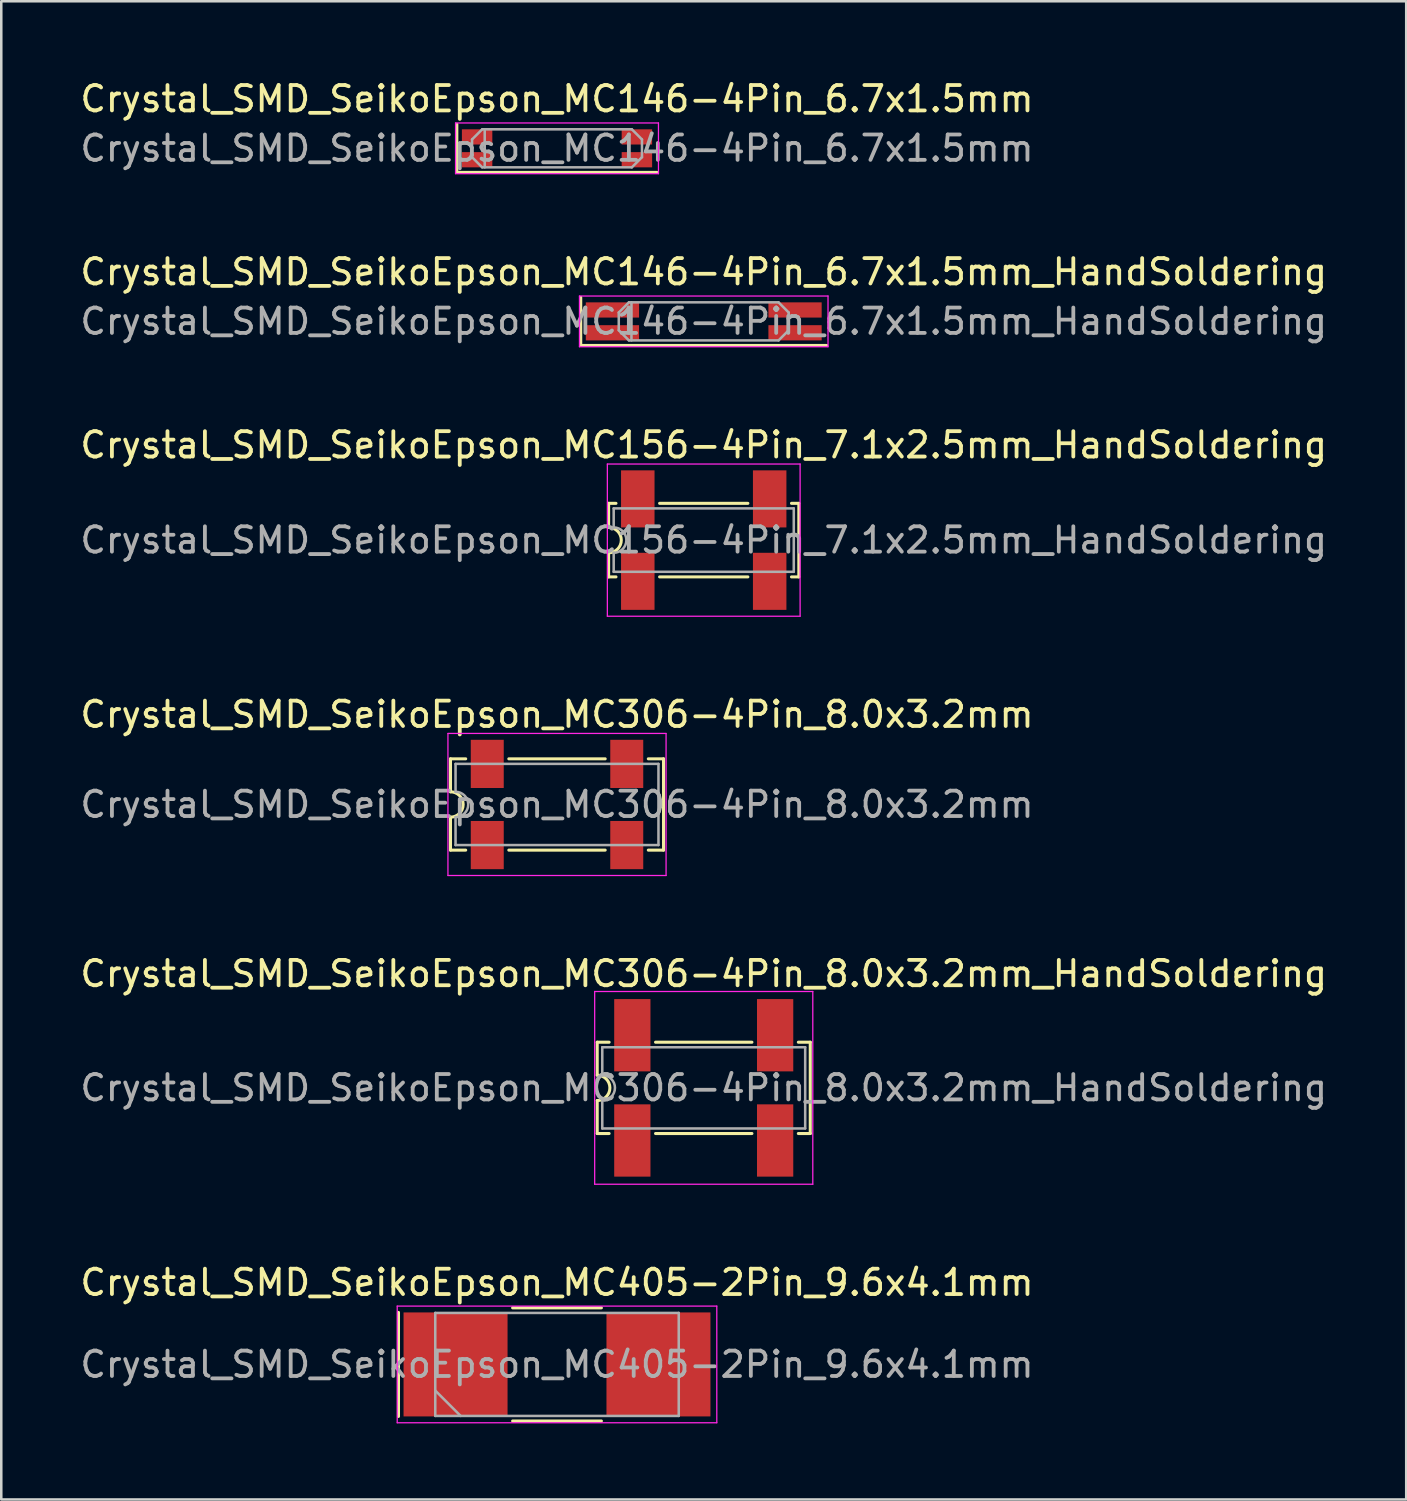
<source format=kicad_pcb>
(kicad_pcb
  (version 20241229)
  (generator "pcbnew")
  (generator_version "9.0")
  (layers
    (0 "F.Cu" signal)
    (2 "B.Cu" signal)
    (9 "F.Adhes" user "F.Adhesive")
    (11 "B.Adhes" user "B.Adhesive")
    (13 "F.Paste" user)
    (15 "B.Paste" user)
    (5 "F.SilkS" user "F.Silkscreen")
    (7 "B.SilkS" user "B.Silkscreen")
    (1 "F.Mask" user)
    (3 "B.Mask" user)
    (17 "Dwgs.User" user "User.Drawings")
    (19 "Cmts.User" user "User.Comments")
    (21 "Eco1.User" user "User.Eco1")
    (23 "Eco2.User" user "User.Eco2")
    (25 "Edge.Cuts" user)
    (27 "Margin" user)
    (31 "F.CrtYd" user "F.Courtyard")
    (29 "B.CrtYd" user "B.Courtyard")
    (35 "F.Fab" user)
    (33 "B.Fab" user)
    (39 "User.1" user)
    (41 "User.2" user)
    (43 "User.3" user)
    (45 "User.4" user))
  (footprint "Crystal_SMD_SeikoEpson_MC156-4Pin_7.1x2.5mm_HandSoldering"
    (layer "F.Cu")
    (at 24.696 18.245)
    (property "Reference" "Crystal_SMD_SeikoEpson_MC156-4Pin_7.1x2.5mm_HandSoldering" (at 0 -3.75 0) (layer "F.SilkS") (effects (font (size 1 1) (thickness 0.15))))
    (attr smd)
    (fp_line (start -3.75 -1.45) (end -3.46 -1.45) (stroke (width 0.12) (type solid)) (layer "F.SilkS"))
    (fp_line (start -3.75 -0.5) (end -3.75 -1.45) (stroke (width 0.12) (type solid)) (layer "F.SilkS"))
    (fp_line (start -3.75 1.45) (end -3.75 0.5) (stroke (width 0.12) (type solid)) (layer "F.SilkS"))
    (fp_line (start -3.75 1.45) (end -3.46 1.45) (stroke (width 0.12) (type solid)) (layer "F.SilkS"))
    (fp_line (start -1.74 -1.45) (end 1.74 -1.45) (stroke (width 0.12) (type solid)) (layer "F.SilkS"))
    (fp_line (start 1.74 1.45) (end -1.74 1.45) (stroke (width 0.12) (type solid)) (layer "F.SilkS"))
    (fp_line (start 3.46 -1.45) (end 3.75 -1.45) (stroke (width 0.12) (type solid)) (layer "F.SilkS"))
    (fp_line (start 3.75 -1.45) (end 3.75 1.45) (stroke (width 0.12) (type solid)) (layer "F.SilkS"))
    (fp_line (start 3.75 1.45) (end 3.46 1.45) (stroke (width 0.12) (type solid)) (layer "F.SilkS"))
    (fp_arc (start -3.75 -0.5) (mid -3.25 0) (end -3.75 0.5) (stroke (width 0.12) (type solid)) (layer "F.SilkS"))
    (fp_line (start -3.8 -3) (end -3.8 3) (stroke (width 0.05) (type solid)) (layer "F.CrtYd"))
    (fp_line (start -3.8 3) (end 3.8 3) (stroke (width 0.05) (type solid)) (layer "F.CrtYd"))
    (fp_line (start 3.8 -3) (end -3.8 -3) (stroke (width 0.05) (type solid)) (layer "F.CrtYd"))
    (fp_line (start 3.8 3) (end 3.8 -3) (stroke (width 0.05) (type solid)) (layer "F.CrtYd"))
    (fp_line (start -3.55 -1.25) (end 3.55 -1.25) (stroke (width 0.1) (type solid)) (layer "F.Fab"))
    (fp_line (start -3.55 -0.5) (end -3.55 -1.25) (stroke (width 0.1) (type solid)) (layer "F.Fab"))
    (fp_line (start -3.55 1.25) (end -3.55 0.5) (stroke (width 0.1) (type solid)) (layer "F.Fab"))
    (fp_line (start 3.55 -1.25) (end 3.55 1.25) (stroke (width 0.1) (type solid)) (layer "F.Fab"))
    (fp_line (start 3.55 1.25) (end -3.55 1.25) (stroke (width 0.1) (type solid)) (layer "F.Fab"))
    (fp_arc (start -3.55 -0.5) (mid -3.05 0) (end -3.55 0.5) (stroke (width 0.1) (type solid)) (layer "F.Fab"))
    (fp_text user "${REFERENCE}" (at 0 0 0) (layer "F.Fab") (effects (font (size 1 1) (thickness 0.15))))
    (pad "1" smd rect (at -2.6 1.625) (size 1.32 2.25) (layers "F.Cu" "F.Mask" "F.Paste"))
    (pad "2" smd rect (at 2.6 1.625) (size 1.32 2.25) (layers "F.Cu" "F.Mask" "F.Paste"))
    (pad "3" smd rect (at 2.6 -1.625) (size 1.32 2.25) (layers "F.Cu" "F.Mask" "F.Paste"))
    (pad "4" smd rect (at -2.6 -1.625) (size 1.32 2.25) (layers "F.Cu" "F.Mask" "F.Paste")))
  (footprint "Crystal_SMD_SeikoEpson_MC306-4Pin_8.0x3.2mm"
    (layer "F.Cu")
    (at 18.911 28.668)
    (property "Reference" "Crystal_SMD_SeikoEpson_MC306-4Pin_8.0x3.2mm" (at 0 -3.55 0) (layer "F.SilkS") (effects (font (size 1 1) (thickness 0.15))))
    (attr smd)
    (fp_line (start -4.2 -1.8) (end -3.6 -1.8) (stroke (width 0.12) (type solid)) (layer "F.SilkS"))
    (fp_line (start -4.2 -0.5) (end -4.2 -1.8) (stroke (width 0.12) (type solid)) (layer "F.SilkS"))
    (fp_line (start -4.2 1.8) (end -4.2 0.5) (stroke (width 0.12) (type solid)) (layer "F.SilkS"))
    (fp_line (start -4.2 1.8) (end -3.6 1.8) (stroke (width 0.12) (type solid)) (layer "F.SilkS"))
    (fp_line (start -1.9 -1.8) (end 1.9 -1.8) (stroke (width 0.12) (type solid)) (layer "F.SilkS"))
    (fp_line (start 1.9 1.8) (end -1.9 1.8) (stroke (width 0.12) (type solid)) (layer "F.SilkS"))
    (fp_line (start 3.6 -1.8) (end 4.2 -1.8) (stroke (width 0.12) (type solid)) (layer "F.SilkS"))
    (fp_line (start 4.2 -1.8) (end 4.2 1.8) (stroke (width 0.12) (type solid)) (layer "F.SilkS"))
    (fp_line (start 4.2 1.8) (end 3.6 1.8) (stroke (width 0.12) (type solid)) (layer "F.SilkS"))
    (fp_arc (start -4.2 -0.5) (mid -3.7 0) (end -4.2 0.5) (stroke (width 0.12) (type solid)) (layer "F.SilkS"))
    (fp_line (start -4.3 -2.8) (end -4.3 2.8) (stroke (width 0.05) (type solid)) (layer "F.CrtYd"))
    (fp_line (start -4.3 2.8) (end 4.3 2.8) (stroke (width 0.05) (type solid)) (layer "F.CrtYd"))
    (fp_line (start 4.3 -2.8) (end -4.3 -2.8) (stroke (width 0.05) (type solid)) (layer "F.CrtYd"))
    (fp_line (start 4.3 2.8) (end 4.3 -2.8) (stroke (width 0.05) (type solid)) (layer "F.CrtYd"))
    (fp_line (start -4 -1.6) (end 4 -1.6) (stroke (width 0.1) (type solid)) (layer "F.Fab"))
    (fp_line (start -4 -0.5) (end -4 -1.6) (stroke (width 0.1) (type solid)) (layer "F.Fab"))
    (fp_line (start -4 1.6) (end -4 0.5) (stroke (width 0.1) (type solid)) (layer "F.Fab"))
    (fp_line (start 4 -1.6) (end 4 1.6) (stroke (width 0.1) (type solid)) (layer "F.Fab"))
    (fp_line (start 4 1.6) (end -4 1.6) (stroke (width 0.1) (type solid)) (layer "F.Fab"))
    (fp_arc (start -4 -0.5) (mid -3.5 0) (end -4 0.5) (stroke (width 0.1) (type solid)) (layer "F.Fab"))
    (fp_text user "${REFERENCE}" (at 0 0 0) (layer "F.Fab") (effects (font (size 1 1) (thickness 0.15))))
    (pad "1" smd rect (at -2.75 1.6) (size 1.3 1.9) (layers "F.Cu" "F.Mask" "F.Paste"))
    (pad "2" smd rect (at 2.75 1.6) (size 1.3 1.9) (layers "F.Cu" "F.Mask" "F.Paste"))
    (pad "3" smd rect (at 2.75 -1.6) (size 1.3 1.9) (layers "F.Cu" "F.Mask" "F.Paste"))
    (pad "4" smd rect (at -2.75 -1.6) (size 1.3 1.9) (layers "F.Cu" "F.Mask" "F.Paste")))
  (footprint "Crystal_SMD_SeikoEpson_MC306-4Pin_8.0x3.2mm_HandSoldering"
    (layer "F.Cu")
    (at 24.696 39.841)
    (property "Reference" "Crystal_SMD_SeikoEpson_MC306-4Pin_8.0x3.2mm_HandSoldering" (at 0 -4.5 0) (layer "F.SilkS") (effects (font (size 1 1) (thickness 0.15))))
    (attr smd)
    (fp_line (start -4.2 -1.8) (end -3.73 -1.8) (stroke (width 0.12) (type solid)) (layer "F.SilkS"))
    (fp_line (start -4.2 -0.5) (end -4.2 -1.8) (stroke (width 0.12) (type solid)) (layer "F.SilkS"))
    (fp_line (start -4.2 1.8) (end -4.2 0.5) (stroke (width 0.12) (type solid)) (layer "F.SilkS"))
    (fp_line (start -4.2 1.8) (end -3.73 1.8) (stroke (width 0.12) (type solid)) (layer "F.SilkS"))
    (fp_line (start -1.9 -1.8) (end 1.9 -1.8) (stroke (width 0.12) (type solid)) (layer "F.SilkS"))
    (fp_line (start 1.9 1.8) (end -1.9 1.8) (stroke (width 0.12) (type solid)) (layer "F.SilkS"))
    (fp_line (start 3.73 -1.8) (end 4.2 -1.8) (stroke (width 0.12) (type solid)) (layer "F.SilkS"))
    (fp_line (start 4.2 -1.8) (end 4.2 1.8) (stroke (width 0.12) (type solid)) (layer "F.SilkS"))
    (fp_line (start 4.2 1.8) (end 3.73 1.8) (stroke (width 0.12) (type solid)) (layer "F.SilkS"))
    (fp_arc (start -4.2 -0.5) (mid -3.7 0) (end -4.2 0.5) (stroke (width 0.12) (type solid)) (layer "F.SilkS"))
    (fp_line (start -4.3 -3.8) (end -4.3 3.8) (stroke (width 0.05) (type solid)) (layer "F.CrtYd"))
    (fp_line (start -4.3 3.8) (end 4.3 3.8) (stroke (width 0.05) (type solid)) (layer "F.CrtYd"))
    (fp_line (start 4.3 -3.8) (end -4.3 -3.8) (stroke (width 0.05) (type solid)) (layer "F.CrtYd"))
    (fp_line (start 4.3 3.8) (end 4.3 -3.8) (stroke (width 0.05) (type solid)) (layer "F.CrtYd"))
    (fp_line (start -4 -1.6) (end 4 -1.6) (stroke (width 0.1) (type solid)) (layer "F.Fab"))
    (fp_line (start -4 -0.5) (end -4 -1.6) (stroke (width 0.1) (type solid)) (layer "F.Fab"))
    (fp_line (start -4 1.6) (end -4 0.5) (stroke (width 0.1) (type solid)) (layer "F.Fab"))
    (fp_line (start 4 -1.6) (end 4 1.6) (stroke (width 0.1) (type solid)) (layer "F.Fab"))
    (fp_line (start 4 1.6) (end -4 1.6) (stroke (width 0.1) (type solid)) (layer "F.Fab"))
    (fp_arc (start -4 -0.5) (mid -3.5 0) (end -4 0.5) (stroke (width 0.1) (type solid)) (layer "F.Fab"))
    (fp_text user "${REFERENCE}" (at 0 0 0) (layer "F.Fab") (effects (font (size 1 1) (thickness 0.15))))
    (pad "1" smd rect (at -2.815 2.075) (size 1.43 2.85) (layers "F.Cu" "F.Mask" "F.Paste"))
    (pad "2" smd rect (at 2.815 2.075) (size 1.43 2.85) (layers "F.Cu" "F.Mask" "F.Paste"))
    (pad "3" smd rect (at 2.815 -2.075) (size 1.43 2.85) (layers "F.Cu" "F.Mask" "F.Paste"))
    (pad "4" smd rect (at -2.815 -2.075) (size 1.43 2.85) (layers "F.Cu" "F.Mask" "F.Paste")))
  (footprint "Crystal_SMD_SeikoEpson_MC405-2Pin_9.6x4.1mm"
    (layer "F.Cu")
    (at 18.911 50.745)
    (property "Reference" "Crystal_SMD_SeikoEpson_MC405-2Pin_9.6x4.1mm" (at 0 -3.23 0) (layer "F.SilkS") (effects (font (size 1 1) (thickness 0.15))))
    (attr smd)
    (fp_line (start -6.25 -2.05) (end -6.25 2.05) (stroke (width 0.12) (type solid)) (layer "F.SilkS"))
    (fp_line (start -1.75 -2.23) (end 1.75 -2.23) (stroke (width 0.12) (type solid)) (layer "F.SilkS"))
    (fp_line (start -1.75 2.23) (end 1.75 2.23) (stroke (width 0.12) (type solid)) (layer "F.SilkS"))
    (fp_line (start -6.3 -2.3) (end -6.3 2.3) (stroke (width 0.05) (type solid)) (layer "F.CrtYd"))
    (fp_line (start -6.3 2.3) (end 6.3 2.3) (stroke (width 0.05) (type solid)) (layer "F.CrtYd"))
    (fp_line (start 6.3 -2.3) (end -6.3 -2.3) (stroke (width 0.05) (type solid)) (layer "F.CrtYd"))
    (fp_line (start 6.3 2.3) (end 6.3 -2.3) (stroke (width 0.05) (type solid)) (layer "F.CrtYd"))
    (fp_line (start -4.8 -2.03) (end -4.8 2.03) (stroke (width 0.1) (type solid)) (layer "F.Fab"))
    (fp_line (start -4.8 1.03) (end -3.8 2.03) (stroke (width 0.1) (type solid)) (layer "F.Fab"))
    (fp_line (start -4.8 2.03) (end 4.8 2.03) (stroke (width 0.1) (type solid)) (layer "F.Fab"))
    (fp_line (start 4.8 -2.03) (end -4.8 -2.03) (stroke (width 0.1) (type solid)) (layer "F.Fab"))
    (fp_line (start 4.8 2.03) (end 4.8 -2.03) (stroke (width 0.1) (type solid)) (layer "F.Fab"))
    (fp_text user "${REFERENCE}" (at 0 0 0) (layer "F.Fab") (effects (font (size 1 1) (thickness 0.15))))
    (pad "1" smd rect (at -4 0) (size 4.1 4.1) (layers "F.Cu" "F.Mask" "F.Paste"))
    (pad "2" smd rect (at 4 0) (size 4.1 4.1) (layers "F.Cu" "F.Mask" "F.Paste")))
  (footprint "Crystal_SMD_SeikoEpson_MC146-4Pin_6.7x1.5mm"
    (layer "F.Cu")
    (at 18.911 2.798)
    (property "Reference" "Crystal_SMD_SeikoEpson_MC146-4Pin_6.7x1.5mm" (at 0 -1.95 0) (layer "F.SilkS") (effects (font (size 1 1) (thickness 0.15))))
    (attr smd)
    (fp_line (start -3.95 -0.95) (end -3.95 0.95) (stroke (width 0.12) (type solid)) (layer "F.SilkS"))
    (fp_line (start -3.95 0.95) (end 3.95 0.95) (stroke (width 0.12) (type solid)) (layer "F.SilkS"))
    (fp_line (start -4 -1) (end -4 1) (stroke (width 0.05) (type solid)) (layer "F.CrtYd"))
    (fp_line (start -4 1) (end 4 1) (stroke (width 0.05) (type solid)) (layer "F.CrtYd"))
    (fp_line (start 4 -1) (end -4 -1) (stroke (width 0.05) (type solid)) (layer "F.CrtYd"))
    (fp_line (start 4 1) (end 4 -1) (stroke (width 0.05) (type solid)) (layer "F.CrtYd"))
    (fp_line (start -3.35 -0.35) (end -2.95 -0.75) (stroke (width 0.1) (type solid)) (layer "F.Fab"))
    (fp_line (start -3.35 0.35) (end -3.35 -0.35) (stroke (width 0.1) (type solid)) (layer "F.Fab"))
    (fp_line (start -2.95 -0.75) (end 2.95 -0.75) (stroke (width 0.1) (type solid)) (layer "F.Fab"))
    (fp_line (start -2.95 0.75) (end -3.35 0.35) (stroke (width 0.1) (type solid)) (layer "F.Fab"))
    (fp_line (start -2.85 -0.75) (end -2.85 0.75) (stroke (width 0.1) (type solid)) (layer "F.Fab"))
    (fp_line (start 2.95 -0.75) (end 3.35 -0.35) (stroke (width 0.1) (type solid)) (layer "F.Fab"))
    (fp_line (start 2.95 0.75) (end -2.95 0.75) (stroke (width 0.1) (type solid)) (layer "F.Fab"))
    (fp_line (start 3.35 -0.35) (end 3.35 0.35) (stroke (width 0.1) (type solid)) (layer "F.Fab"))
    (fp_line (start 3.35 0.35) (end 2.95 0.75) (stroke (width 0.1) (type solid)) (layer "F.Fab"))
    (fp_text user "${REFERENCE}" (at 0 0 0) (layer "F.Fab") (effects (font (size 1 1) (thickness 0.15))))
    (pad "1" smd rect (at -3.15 0.45) (size 1.2 0.6) (layers "F.Cu" "F.Mask" "F.Paste"))
    (pad "2" smd rect (at 3.15 0.45) (size 1.2 0.6) (layers "F.Cu" "F.Mask" "F.Paste"))
    (pad "3" smd rect (at 3.15 -0.45) (size 1.2 0.6) (layers "F.Cu" "F.Mask" "F.Paste"))
    (pad "4" smd rect (at -3.15 -0.45) (size 1.2 0.6) (layers "F.Cu" "F.Mask" "F.Paste")))
  (footprint "Crystal_SMD_SeikoEpson_MC146-4Pin_6.7x1.5mm_HandSoldering"
    (layer "F.Cu")
    (at 24.696 9.621)
    (property "Reference" "Crystal_SMD_SeikoEpson_MC146-4Pin_6.7x1.5mm_HandSoldering" (at 0 -1.95 0) (layer "F.SilkS") (effects (font (size 1 1) (thickness 0.15))))
    (attr smd)
    (fp_line (start -4.85 -0.95) (end -4.85 0.95) (stroke (width 0.12) (type solid)) (layer "F.SilkS"))
    (fp_line (start -4.85 0.95) (end 4.85 0.95) (stroke (width 0.12) (type solid)) (layer "F.SilkS"))
    (fp_line (start -4.9 -1) (end -4.9 1) (stroke (width 0.05) (type solid)) (layer "F.CrtYd"))
    (fp_line (start -4.9 1) (end 4.9 1) (stroke (width 0.05) (type solid)) (layer "F.CrtYd"))
    (fp_line (start 4.9 -1) (end -4.9 -1) (stroke (width 0.05) (type solid)) (layer "F.CrtYd"))
    (fp_line (start 4.9 1) (end 4.9 -1) (stroke (width 0.05) (type solid)) (layer "F.CrtYd"))
    (fp_line (start -3.35 -0.35) (end -2.95 -0.75) (stroke (width 0.1) (type solid)) (layer "F.Fab"))
    (fp_line (start -3.35 0.35) (end -3.35 -0.35) (stroke (width 0.1) (type solid)) (layer "F.Fab"))
    (fp_line (start -2.95 -0.75) (end 2.95 -0.75) (stroke (width 0.1) (type solid)) (layer "F.Fab"))
    (fp_line (start -2.95 0.75) (end -3.35 0.35) (stroke (width 0.1) (type solid)) (layer "F.Fab"))
    (fp_line (start -2.85 -0.75) (end -2.85 0.75) (stroke (width 0.1) (type solid)) (layer "F.Fab"))
    (fp_line (start 2.95 -0.75) (end 3.35 -0.35) (stroke (width 0.1) (type solid)) (layer "F.Fab"))
    (fp_line (start 2.95 0.75) (end -2.95 0.75) (stroke (width 0.1) (type solid)) (layer "F.Fab"))
    (fp_line (start 3.35 -0.35) (end 3.35 0.35) (stroke (width 0.1) (type solid)) (layer "F.Fab"))
    (fp_line (start 3.35 0.35) (end 2.95 0.75) (stroke (width 0.1) (type solid)) (layer "F.Fab"))
    (fp_text user "${REFERENCE}" (at 0 0 0) (layer "F.Fab") (effects (font (size 1 1) (thickness 0.15))))
    (pad "1" smd rect (at -3.6 0.45) (size 2.1 0.6) (layers "F.Cu" "F.Mask" "F.Paste"))
    (pad "2" smd rect (at 3.6 0.45) (size 2.1 0.6) (layers "F.Cu" "F.Mask" "F.Paste"))
    (pad "3" smd rect (at 3.6 -0.45) (size 2.1 0.6) (layers "F.Cu" "F.Mask" "F.Paste"))
    (pad "4" smd rect (at -3.6 -0.45) (size 2.1 0.6) (layers "F.Cu" "F.Mask" "F.Paste")))
  (gr_rect
    (start -3 -3)
    (end 52.393 56.069)
    (stroke (width 0.1) (type default))
    (fill no)
    (layer "Edge.Cuts")))
</source>
